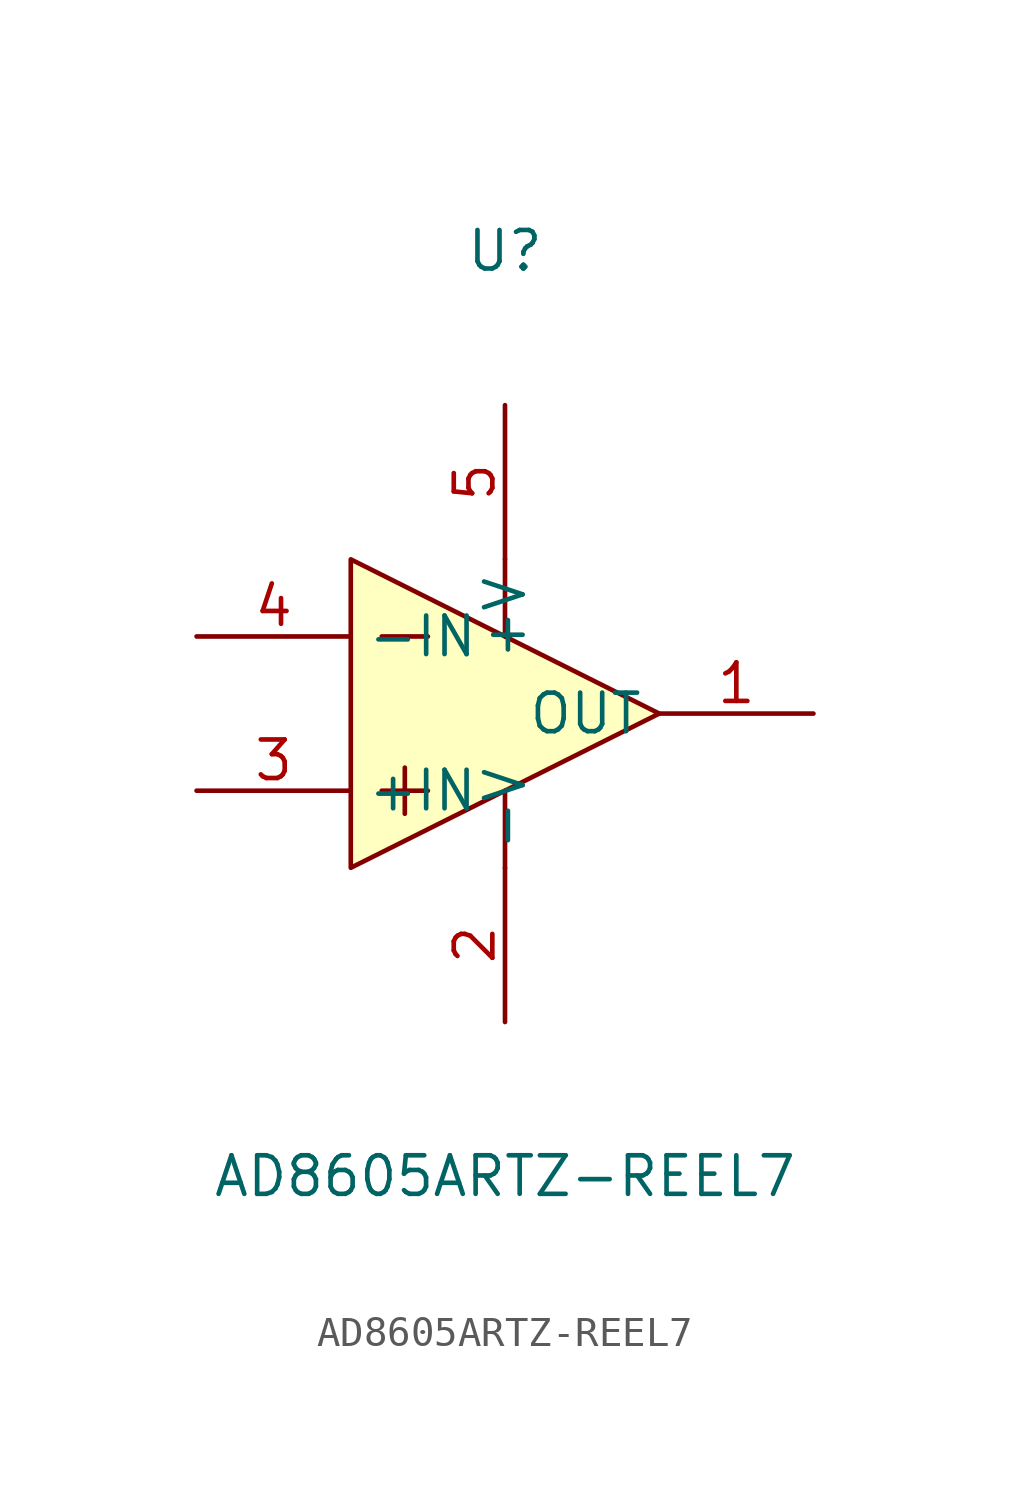
<source format=kicad_sym>
(kicad_symbol_lib
  (version 20231120)
  (generator "kicad_symbol_editor")
  (generator_version "8.0")
  (symbol "AD8605ARTZ-REEL7"
    (property "Reference" "U"
      (at 0 15.24 0)
      (effects (font (size 1.27 1.27))))
    (property "Value" "AD8605ARTZ-REEL7"
      (at 0 -15.24 0)
      (effects (font (size 1.27 1.27))))
    (symbol "AD8605ARTZ-REEL7_0_1"
      (polyline (pts (xy -4.06 -2.54) (xy -2.54 -2.54)) (stroke (width 0) (type default)) (fill (type none)))
      (polyline (pts (xy -4.06 2.54) (xy -2.54 2.54)) (stroke (width 0) (type default)) (fill (type none)))
      (polyline (pts (xy -3.3 -1.78) (xy -3.3 -3.3)) (stroke (width 0) (type default)) (fill (type none)))
      (polyline (pts (xy 0 -2.54) (xy 0 -5.08)) (stroke (width 0) (type default)) (fill (type none)))
      (polyline (pts (xy 0 5.08) (xy 0 2.54)) (stroke (width 0) (type default)) (fill (type none)))
      (polyline (pts (xy -5.08 -5.08) (xy 5.08 0) (xy -5.08 5.08) (xy -5.08 -5.08)) (stroke (width 0) (type default)) (fill (type background)))
      (pin output line (at 10.16 0 180) (length 5.08) (name "OUT" (effects (font (size 1.27 1.27)))) (number "1" (effects (font (size 1.27 1.27)))))
      (pin power_in line (at 0 -10.16 90) (length 5.08) (name "-V" (effects (font (size 1.27 1.27)))) (number "2" (effects (font (size 1.27 1.27)))))
      (pin unspecified line (at -10.16 -2.54 0) (length 5.08) (name "+IN" (effects (font (size 1.27 1.27)))) (number "3" (effects (font (size 1.27 1.27)))))
      (pin unspecified line (at -10.16 2.54 0) (length 5.08) (name "-IN" (effects (font (size 1.27 1.27)))) (number "4" (effects (font (size 1.27 1.27)))))
      (pin power_in line (at 0 10.16 270) (length 5.08) (name "+V" (effects (font (size 1.27 1.27)))) (number "5" (effects (font (size 1.27 1.27))))))))
</source>
